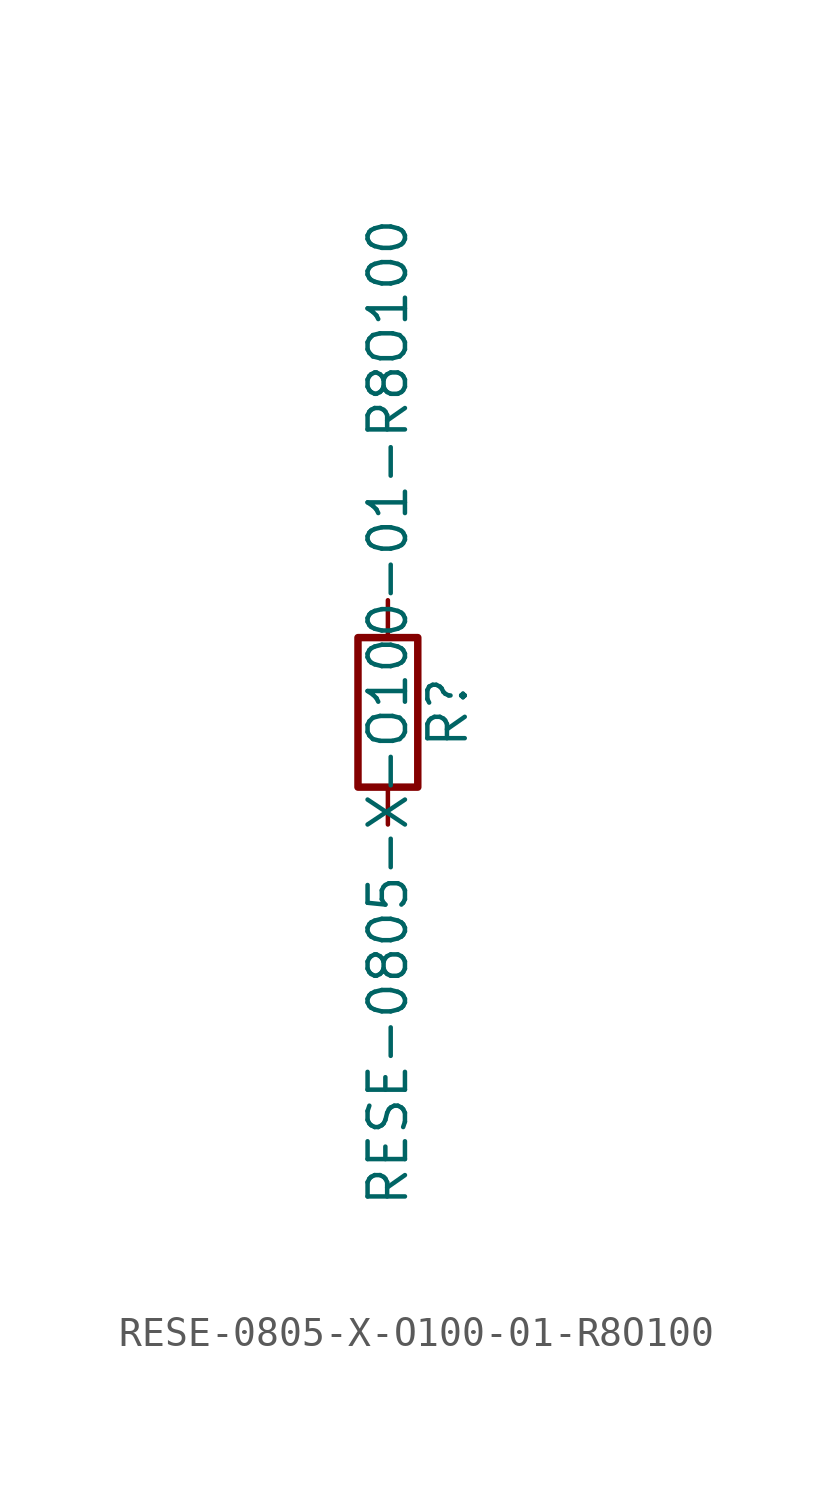
<source format=kicad_sym>
(kicad_symbol_lib
  (version 20211014)
  (generator kicad_symbol_editor)
  (symbol "RESE-0805-X-O100-01-R8O100"
    (pin_numbers hide)
    (pin_names
      (offset 0))
    (property "Reference" "R"
      (at 2.032 0 90)
      (effects (font (size 1.27 1.27))))
    (property "Value" "RESE-0805-X-O100-01-R8O100"
      (at 0 0 90)
      (effects (font (size 1.27 1.27))))
    (symbol "RESE-0805-X-O100-01-R8O100_0_1"
      (rectangle (start -1.016 -2.54) (end 1.016 2.54) (stroke (width 0.254) (type default) (color 0 0 0 0)) (fill (type none))))
    (symbol "RESE-0805-X-O100-01-R8O100_1_1"
      (pin passive line (at 0 3.81 270) (length 1.27) (name "~" (effects (font (size 1.27 1.27)))) (number "1" (effects (font (size 1.27 1.27)))))
      (pin passive line (at 0 -3.81 90) (length 1.27) (name "~" (effects (font (size 1.27 1.27)))) (number "2" (effects (font (size 1.27 1.27))))))))
</source>
